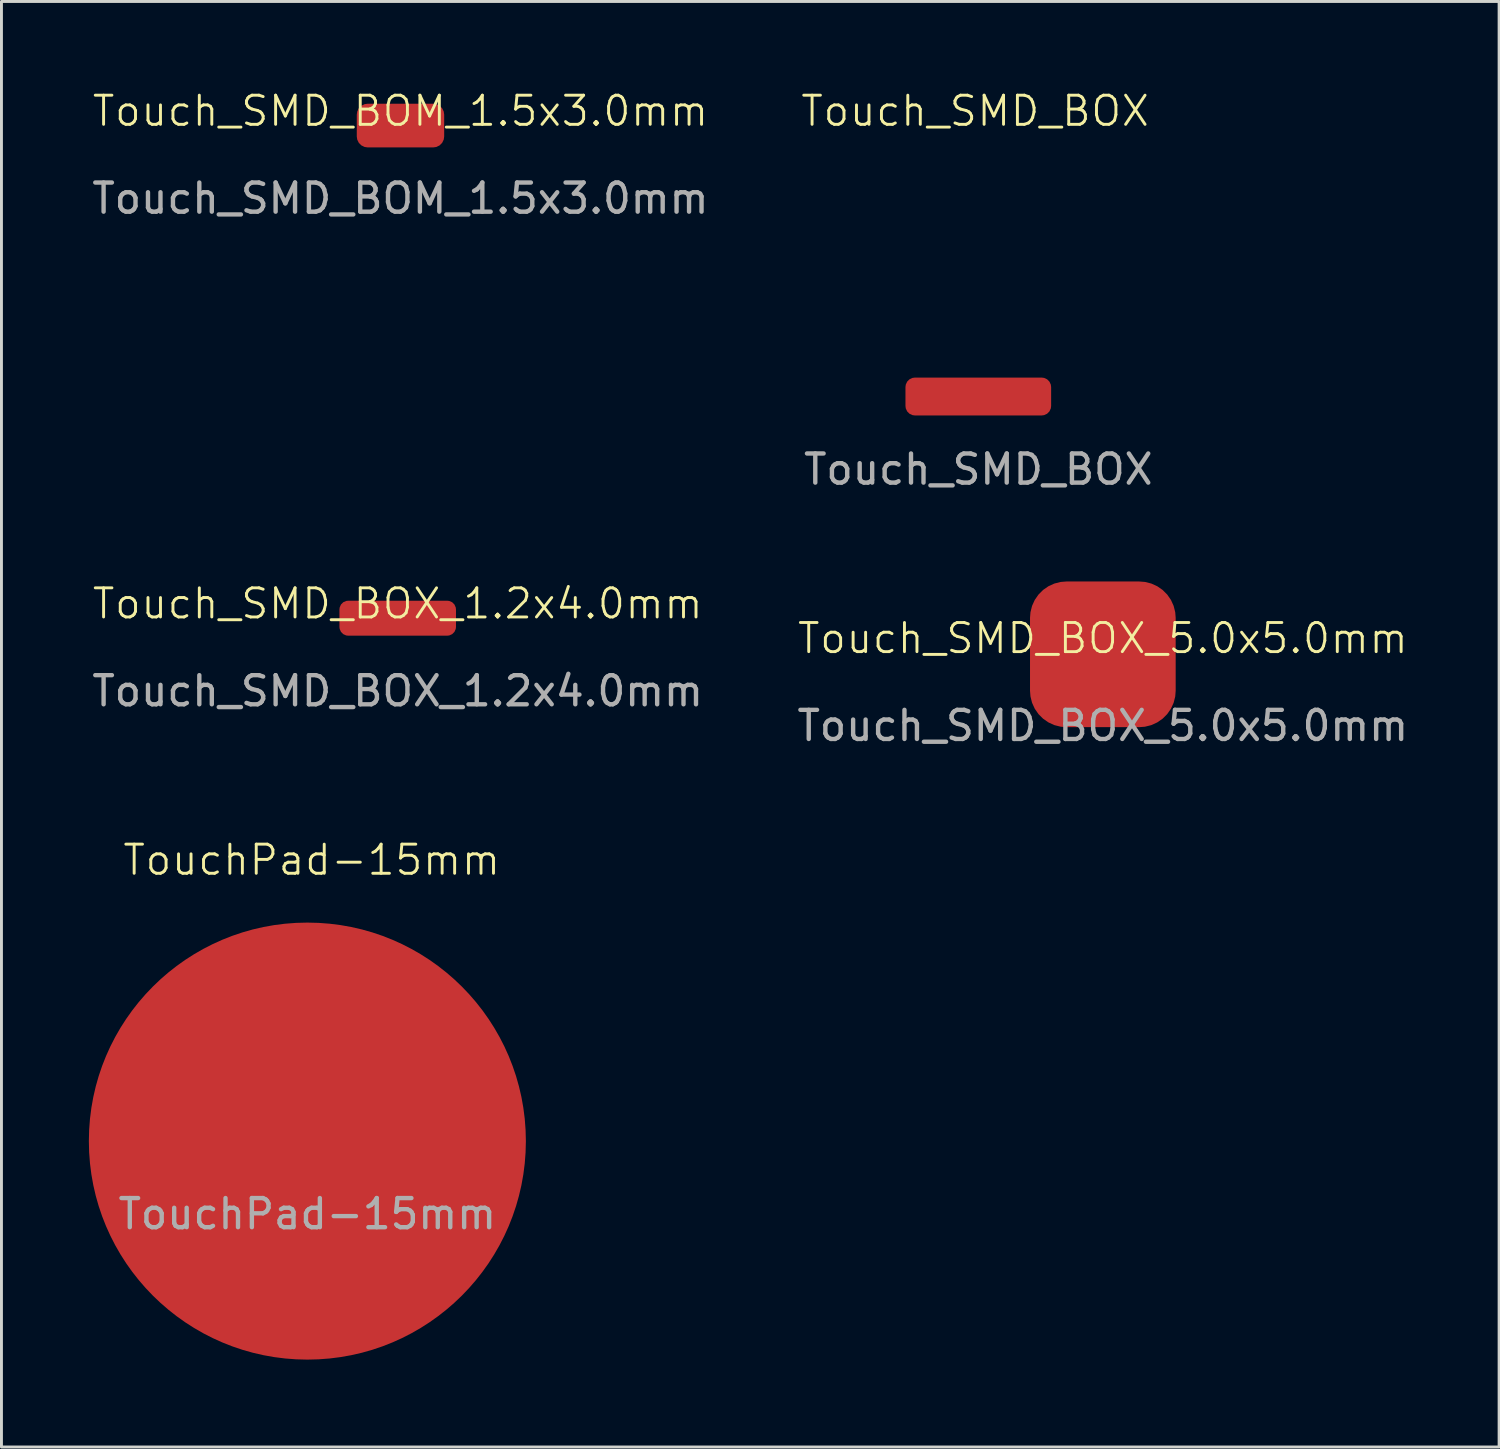
<source format=kicad_pcb>
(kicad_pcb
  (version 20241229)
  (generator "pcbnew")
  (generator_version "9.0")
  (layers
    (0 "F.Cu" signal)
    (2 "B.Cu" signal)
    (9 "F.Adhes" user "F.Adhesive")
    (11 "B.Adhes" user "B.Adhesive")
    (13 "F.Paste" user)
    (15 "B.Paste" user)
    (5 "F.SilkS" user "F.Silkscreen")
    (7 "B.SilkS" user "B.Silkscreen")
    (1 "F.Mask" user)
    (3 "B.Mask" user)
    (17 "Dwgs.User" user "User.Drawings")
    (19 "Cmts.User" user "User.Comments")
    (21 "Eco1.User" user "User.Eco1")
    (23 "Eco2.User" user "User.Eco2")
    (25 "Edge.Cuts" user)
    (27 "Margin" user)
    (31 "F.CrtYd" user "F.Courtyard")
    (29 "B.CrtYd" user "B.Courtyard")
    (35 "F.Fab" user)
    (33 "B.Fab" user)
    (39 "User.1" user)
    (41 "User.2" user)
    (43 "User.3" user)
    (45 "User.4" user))
  (footprint "Touch_SMD_BOX_5.0x5.0mm"
    (layer "F.Cu")
    (at 34.804 19.359)
    (property "Reference" "Touch_SMD_BOX_5.0x5.0mm" (at 0 -0.5 0) (unlocked yes) (layer "F.SilkS") (effects (font (size 1 1) (thickness 0.1))))
    (attr smd)
    (fp_text user "${REFERENCE}" (at 0 2.5 0) (unlocked yes) (layer "F.Fab") (effects (font (size 1 1) (thickness 0.15))))
    (pad "1" smd roundrect (at 0 0.05) (size 5 5) (layers "F.Cu" "F.Mask") (roundrect_rratio 0.25)))
  (footprint "Touch_SMD_BOX_1.2x4.0mm"
    (layer "F.Cu")
    (at 10.601 18.169)
    (property "Reference" "Touch_SMD_BOX_1.2x4.0mm" (at 0 -0.5 0) (unlocked yes) (layer "F.SilkS") (effects (font (size 1 1) (thickness 0.1))))
    (attr smd)
    (fp_text user "${REFERENCE}" (at 0 2.5 0) (unlocked yes) (layer "F.Fab") (effects (font (size 1 1) (thickness 0.15))))
    (pad "1" smd roundrect (at 0 0) (size 4 1.2) (layers "F.Cu" "F.Mask") (roundrect_rratio 0.25)))
  (footprint "Touch_SMD_BOX"
    (layer "F.Cu")
    (at 30.529 10.56)
    (property "Reference" "Touch_SMD_BOX" (at -0.11 -9.8 0) (unlocked yes) (layer "F.SilkS") (effects (font (size 1 1) (thickness 0.1))))
    (attr smd exclude_from_bom)
    (fp_text user "${REFERENCE}" (at 0 2.5 0) (unlocked yes) (layer "F.Fab") (effects (font (size 1 1) (thickness 0.15))))
    (pad "1" smd roundrect (at 0 0) (size 5 1.3) (layers "F.Cu" "F.Mask") (roundrect_rratio 0.25)))
  (footprint "TouchPad-15mm"
    (layer "F.Cu")
    (at 7.5 36.117)
    (property "Reference" "TouchPad-15mm" (at 0.15 -9.65 0) (unlocked yes) (layer "F.SilkS") (effects (font (size 1 1) (thickness 0.1))))
    (attr smd)
    (fp_text user "${REFERENCE}" (at 0 2.5 0) (unlocked yes) (layer "F.Fab") (effects (font (size 1 1) (thickness 0.15))))
    (pad "1" smd circle (at 0 0) (size 15 15) (layers "F.Cu")))
  (footprint "Touch_SMD_BOM_1.5x3.0mm"
    (layer "F.Cu")
    (at 10.696 1.26)
    (property "Reference" "Touch_SMD_BOM_1.5x3.0mm" (at 0 -0.5 0) (unlocked yes) (layer "F.SilkS") (effects (font (size 1 1) (thickness 0.1))))
    (attr smd)
    (fp_text user "${REFERENCE}" (at 0 2.5 0) (unlocked yes) (layer "F.Fab") (effects (font (size 1 1) (thickness 0.15))))
    (pad "1" smd roundrect (at 0 0) (size 3 1.5) (layers "F.Cu" "F.Mask") (roundrect_rratio 0.25)))
  (gr_rect
    (start -3 -3)
    (end 48.405 46.617)
    (stroke (width 0.1) (type default))
    (fill no)
    (layer "Edge.Cuts")))
</source>
